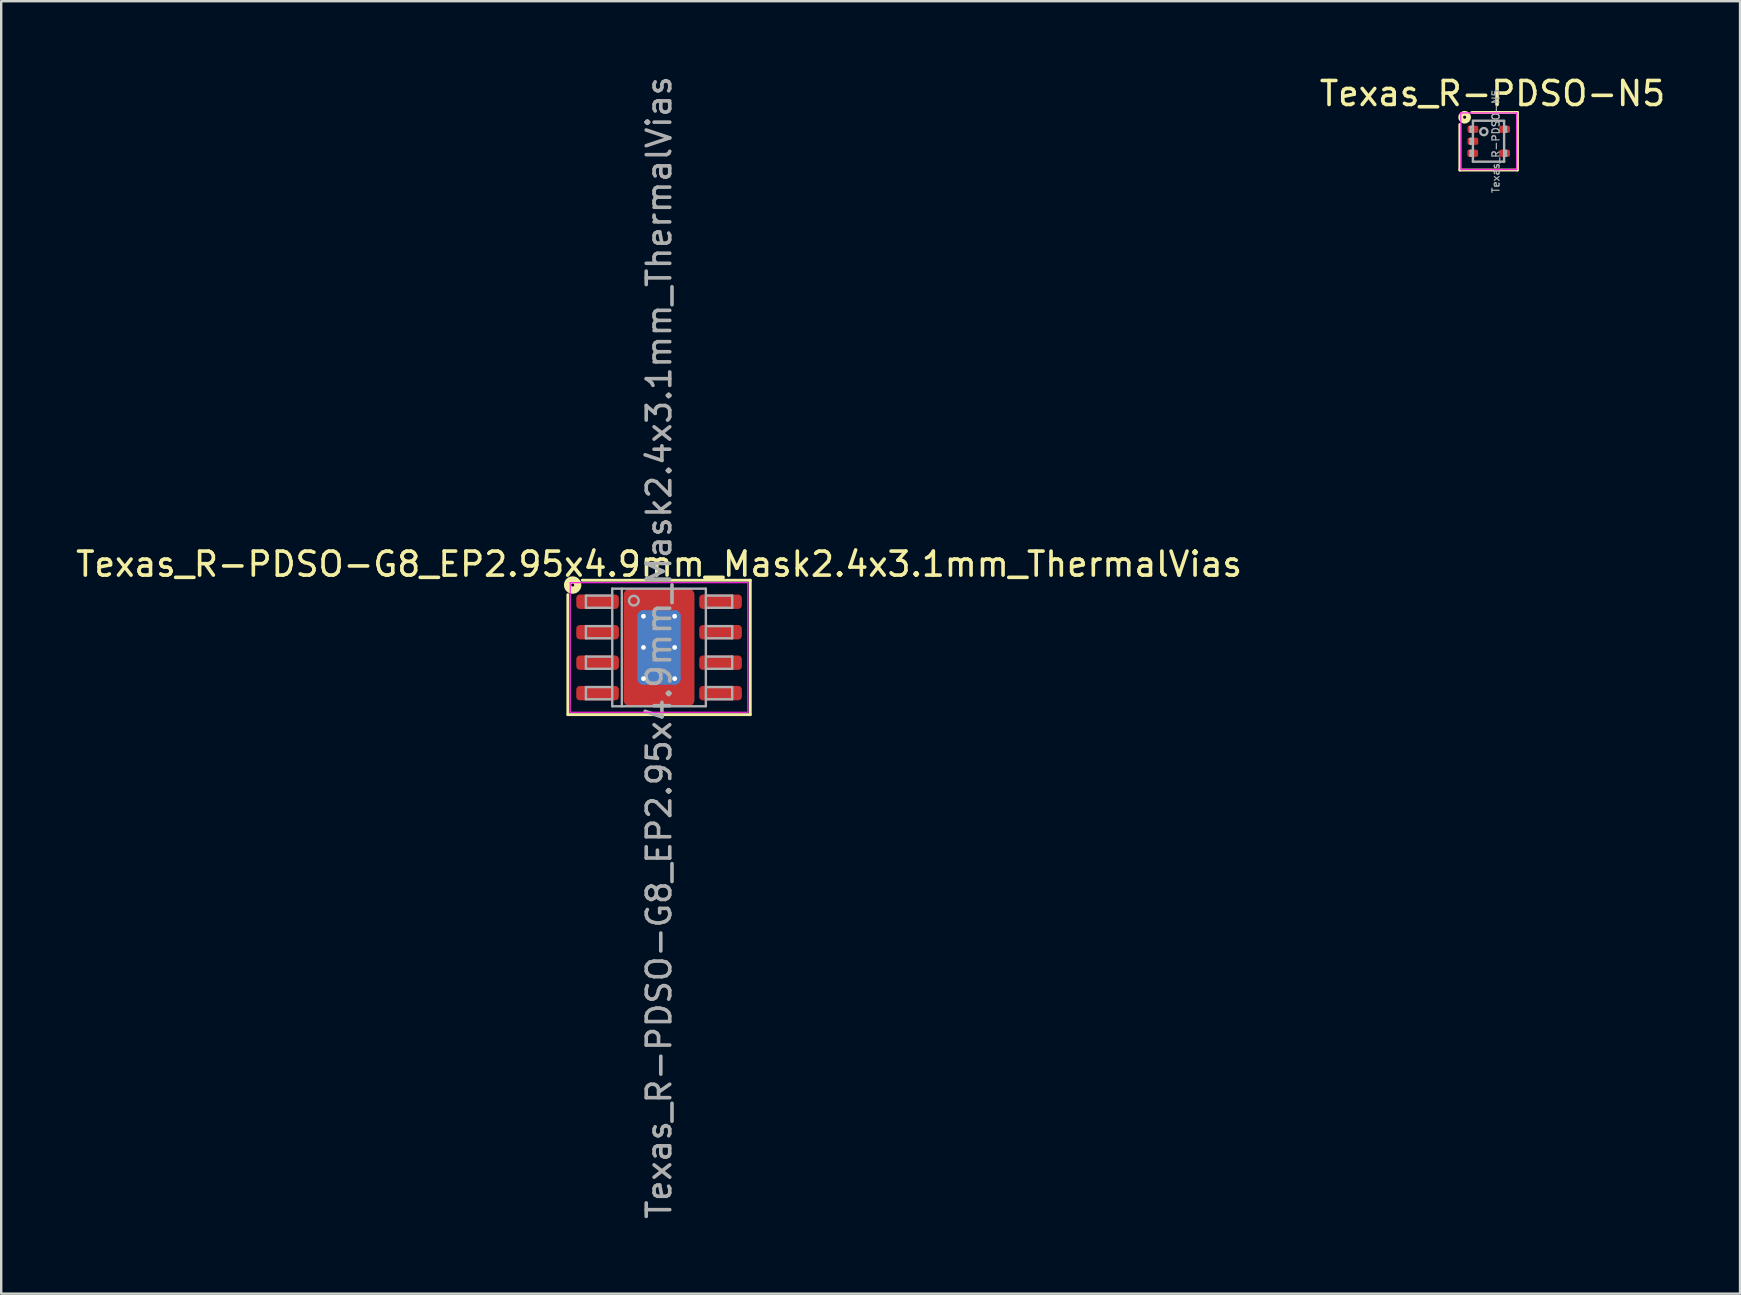
<source format=kicad_pcb>
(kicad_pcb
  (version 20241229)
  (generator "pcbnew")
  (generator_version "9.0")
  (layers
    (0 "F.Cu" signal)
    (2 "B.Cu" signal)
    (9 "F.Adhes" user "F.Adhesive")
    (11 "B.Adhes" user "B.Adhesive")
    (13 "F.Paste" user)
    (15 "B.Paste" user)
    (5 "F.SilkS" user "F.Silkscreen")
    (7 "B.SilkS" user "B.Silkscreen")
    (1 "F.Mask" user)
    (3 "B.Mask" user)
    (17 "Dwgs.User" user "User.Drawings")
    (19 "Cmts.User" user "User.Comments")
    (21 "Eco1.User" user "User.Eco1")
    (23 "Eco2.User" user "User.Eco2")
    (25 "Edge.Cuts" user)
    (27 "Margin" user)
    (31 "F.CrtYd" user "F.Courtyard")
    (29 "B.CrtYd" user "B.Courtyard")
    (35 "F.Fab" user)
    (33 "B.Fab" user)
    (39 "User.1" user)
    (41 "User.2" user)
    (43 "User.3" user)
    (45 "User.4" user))
  (footprint "Texas_R-PDSO-G8_EP2.95x4.9mm_Mask2.4x3.1mm_ThermalVias"
    (layer "F.Cu")
    (at 24.411 23.927)
    (property "Reference" "Texas_R-PDSO-G8_EP2.95x4.9mm_Mask2.4x3.1mm_ThermalVias" (at 0 -3.47 0) (layer "F.SilkS") (effects (font (size 1 1) (thickness 0.15))))
    (attr smd)
    (fp_line (start -3.8 -2.2) (end -3.8 2.8) (stroke (width 0.12) (type solid)) (layer "F.SilkS"))
    (fp_line (start -3.8 2.8) (end 3.8 2.8) (stroke (width 0.12) (type solid)) (layer "F.SilkS"))
    (fp_line (start 3.8 -2.8) (end -3.2 -2.8) (stroke (width 0.12) (type solid)) (layer "F.SilkS"))
    (fp_line (start 3.8 2.8) (end 3.8 -2.8) (stroke (width 0.12) (type solid)) (layer "F.SilkS"))
    (fp_circle (center -3.6 -2.6) (end -3.537 -2.6) (stroke (width 0.3) (type solid)) (fill no) (layer "F.SilkS"))
    (fp_line (start -3.7 -2.7) (end -3.7 2.7) (stroke (width 0.05) (type solid)) (layer "F.CrtYd"))
    (fp_line (start -3.7 2.7) (end 3.7 2.7) (stroke (width 0.05) (type solid)) (layer "F.CrtYd"))
    (fp_line (start 3.7 -2.7) (end -3.7 -2.7) (stroke (width 0.05) (type solid)) (layer "F.CrtYd"))
    (fp_line (start 3.7 2.7) (end 3.7 -2.7) (stroke (width 0.05) (type solid)) (layer "F.CrtYd"))
    (fp_line (start -3.048 -2.159) (end -3.048 -1.651) (stroke (width 0.1) (type solid)) (layer "F.Fab"))
    (fp_line (start -3.048 -2.159) (end -1.968 -2.159) (stroke (width 0.1) (type solid)) (layer "F.Fab"))
    (fp_line (start -3.048 -1.651) (end -1.968 -1.651) (stroke (width 0.1) (type solid)) (layer "F.Fab"))
    (fp_line (start -3.048 -0.889) (end -3.048 -0.381) (stroke (width 0.1) (type solid)) (layer "F.Fab"))
    (fp_line (start -3.048 -0.889) (end -1.968 -0.889) (stroke (width 0.1) (type solid)) (layer "F.Fab"))
    (fp_line (start -3.048 -0.381) (end -1.968 -0.381) (stroke (width 0.1) (type solid)) (layer "F.Fab"))
    (fp_line (start -3.048 0.381) (end -3.048 0.889) (stroke (width 0.1) (type solid)) (layer "F.Fab"))
    (fp_line (start -3.048 0.381) (end -1.968 0.381) (stroke (width 0.1) (type solid)) (layer "F.Fab"))
    (fp_line (start -3.048 0.889) (end -1.968 0.889) (stroke (width 0.1) (type solid)) (layer "F.Fab"))
    (fp_line (start -3.048 1.651) (end -3.048 2.159) (stroke (width 0.1) (type solid)) (layer "F.Fab"))
    (fp_line (start -3.048 1.651) (end -1.968 1.651) (stroke (width 0.1) (type solid)) (layer "F.Fab"))
    (fp_line (start -3.048 2.159) (end -1.968 2.159) (stroke (width 0.1) (type solid)) (layer "F.Fab"))
    (fp_line (start -1.95 -2.45) (end 1.95 -2.45) (stroke (width 0.1) (type solid)) (layer "F.Fab"))
    (fp_line (start -1.95 2.45) (end -1.95 -2.45) (stroke (width 0.1) (type solid)) (layer "F.Fab"))
    (fp_line (start -1.55 -2.45) (end -1.55 2.45) (stroke (width 0.1) (type solid)) (layer "F.Fab"))
    (fp_line (start 1.95 -2.45) (end 1.95 2.45) (stroke (width 0.1) (type solid)) (layer "F.Fab"))
    (fp_line (start 1.95 2.45) (end -1.95 2.45) (stroke (width 0.1) (type solid)) (layer "F.Fab"))
    (fp_line (start 3.048 -2.159) (end 1.968 -2.159) (stroke (width 0.1) (type solid)) (layer "F.Fab"))
    (fp_line (start 3.048 -1.651) (end 1.968 -1.651) (stroke (width 0.1) (type solid)) (layer "F.Fab"))
    (fp_line (start 3.048 -1.651) (end 3.048 -2.159) (stroke (width 0.1) (type solid)) (layer "F.Fab"))
    (fp_line (start 3.048 -0.889) (end 1.968 -0.889) (stroke (width 0.1) (type solid)) (layer "F.Fab"))
    (fp_line (start 3.048 -0.381) (end 1.968 -0.381) (stroke (width 0.1) (type solid)) (layer "F.Fab"))
    (fp_line (start 3.048 -0.381) (end 3.048 -0.889) (stroke (width 0.1) (type solid)) (layer "F.Fab"))
    (fp_line (start 3.048 0.381) (end 1.968 0.381) (stroke (width 0.1) (type solid)) (layer "F.Fab"))
    (fp_line (start 3.048 0.889) (end 1.968 0.889) (stroke (width 0.1) (type solid)) (layer "F.Fab"))
    (fp_line (start 3.048 0.889) (end 3.048 0.381) (stroke (width 0.1) (type solid)) (layer "F.Fab"))
    (fp_line (start 3.048 1.651) (end 1.968 1.651) (stroke (width 0.1) (type solid)) (layer "F.Fab"))
    (fp_line (start 3.048 2.159) (end 1.968 2.159) (stroke (width 0.1) (type solid)) (layer "F.Fab"))
    (fp_line (start 3.048 2.159) (end 3.048 1.651) (stroke (width 0.1) (type solid)) (layer "F.Fab"))
    (fp_circle (center -1.05 -1.95) (end -0.85 -1.95) (stroke (width 0.1) (type solid)) (fill no) (layer "F.Fab"))
    (fp_text user "${REFERENCE}" (at 0 0 90) (layer "F.Fab") (effects (font (size 0.98 0.98) (thickness 0.15))))
    (pad "" smd roundrect (at -0.6 -1.03) (size 1.04 0.89) (layers "F.Paste") (roundrect_rratio 0.25))
    (pad "" smd roundrect (at -0.6 0) (size 1.04 0.89) (layers "F.Paste") (roundrect_rratio 0.25))
    (pad "" smd roundrect (at -0.6 1.03) (size 1.04 0.89) (layers "F.Paste") (roundrect_rratio 0.25))
    (pad "" smd roundrect (at 0 0) (size 2.4 3.1) (layers "F.Mask") (roundrect_rratio 0.104))
    (pad "" smd roundrect (at 0.6 -1.03) (size 1.04 0.89) (layers "F.Paste") (roundrect_rratio 0.25))
    (pad "" smd roundrect (at 0.6 0) (size 1.04 0.89) (layers "F.Paste") (roundrect_rratio 0.25))
    (pad "" smd roundrect (at 0.6 1.03) (size 1.04 0.89) (layers "F.Paste") (roundrect_rratio 0.25))
    (pad "1" smd roundrect (at -2.562 -1.905) (size 1.775 0.6) (layers "F.Cu" "F.Mask" "F.Paste") (roundrect_rratio 0.25))
    (pad "2" smd roundrect (at -2.562 -0.635) (size 1.775 0.6) (layers "F.Cu" "F.Mask" "F.Paste") (roundrect_rratio 0.25))
    (pad "3" smd roundrect (at -2.562 0.635) (size 1.775 0.6) (layers "F.Cu" "F.Mask" "F.Paste") (roundrect_rratio 0.25))
    (pad "4" smd roundrect (at -2.562 1.905) (size 1.775 0.6) (layers "F.Cu" "F.Mask" "F.Paste") (roundrect_rratio 0.25))
    (pad "5" smd roundrect (at 2.562 1.905) (size 1.775 0.6) (layers "F.Cu" "F.Mask" "F.Paste") (roundrect_rratio 0.25))
    (pad "6" smd roundrect (at 2.562 0.635) (size 1.775 0.6) (layers "F.Cu" "F.Mask" "F.Paste") (roundrect_rratio 0.25))
    (pad "7" smd roundrect (at 2.562 -0.635) (size 1.775 0.6) (layers "F.Cu" "F.Mask" "F.Paste") (roundrect_rratio 0.25))
    (pad "8" smd roundrect (at 2.562 -1.905) (size 1.775 0.6) (layers "F.Cu" "F.Mask" "F.Paste") (roundrect_rratio 0.25))
    (pad "9" thru_hole circle (at -0.65 -1.3) (size 0.5 0.5) (drill 0.2) (property pad_prop_heatsink) (layers "*.Cu"))
    (pad "9" thru_hole circle (at -0.65 0) (size 0.5 0.5) (drill 0.2) (property pad_prop_heatsink) (layers "*.Cu"))
    (pad "9" thru_hole circle (at -0.65 1.3) (size 0.5 0.5) (drill 0.2) (property pad_prop_heatsink) (layers "*.Cu"))
    (pad "9" smd roundrect (at 0 0) (size 1.8 3.1) (layers "B.Cu" "B.Mask") (roundrect_rratio 0.139))
    (pad "9" smd roundrect (at 0 0) (size 2.95 4.9) (layers "F.Cu") (roundrect_rratio 0.085))
    (pad "9" thru_hole circle (at 0.65 -1.3) (size 0.5 0.5) (drill 0.2) (property pad_prop_heatsink) (layers "*.Cu"))
    (pad "9" thru_hole circle (at 0.65 0) (size 0.5 0.5) (drill 0.2) (property pad_prop_heatsink) (layers "*.Cu"))
    (pad "9" thru_hole circle (at 0.65 1.3) (size 0.5 0.5) (drill 0.2) (property pad_prop_heatsink) (layers "*.Cu")))
  (footprint "Texas_R-PDSO-N5"
    (layer "F.Cu")
    (at 58.977 2.835)
    (property "Reference" "Texas_R-PDSO-N5" (at 0.16 -1.987 0) (layer "F.SilkS") (effects (font (size 1 1) (thickness 0.15))))
    (attr smd)
    (fp_line (start -1.2 -0.699) (end -1.2 1.2) (stroke (width 0.12) (type solid)) (layer "F.SilkS"))
    (fp_line (start -1.2 1.2) (end 1.2 1.2) (stroke (width 0.12) (type solid)) (layer "F.SilkS"))
    (fp_line (start 1.2 -1.2) (end -0.7 -1.2) (stroke (width 0.12) (type solid)) (layer "F.SilkS"))
    (fp_line (start 1.2 1.2) (end 1.2 -1.2) (stroke (width 0.12) (type solid)) (layer "F.SilkS"))
    (fp_circle (center -1 -1) (end -0.936 -1) (stroke (width 0.2) (type solid)) (fill no) (layer "F.SilkS"))
    (fp_line (start -1.16 -1.18) (end -1.16 1.17) (stroke (width 0.05) (type solid)) (layer "F.CrtYd"))
    (fp_line (start -1.16 -1.18) (end 1.17 -1.18) (stroke (width 0.05) (type solid)) (layer "F.CrtYd"))
    (fp_line (start -1.16 1.18) (end 1.17 1.18) (stroke (width 0.05) (type solid)) (layer "F.CrtYd"))
    (fp_line (start 1.17 -1.18) (end 1.17 1.17) (stroke (width 0.05) (type solid)) (layer "F.CrtYd"))
    (fp_line (start -0.75 -0.6) (end -0.75 -0.4) (stroke (width 0.1) (type solid)) (layer "F.Fab"))
    (fp_line (start -0.75 -0.4) (end -0.675 -0.4) (stroke (width 0.1) (type solid)) (layer "F.Fab"))
    (fp_line (start -0.75 -0.1) (end -0.75 0.1) (stroke (width 0.1) (type solid)) (layer "F.Fab"))
    (fp_line (start -0.75 0.1) (end -0.675 0.1) (stroke (width 0.1) (type solid)) (layer "F.Fab"))
    (fp_line (start -0.75 0.4) (end -0.75 0.6) (stroke (width 0.1) (type solid)) (layer "F.Fab"))
    (fp_line (start -0.75 0.6) (end -0.675 0.6) (stroke (width 0.1) (type solid)) (layer "F.Fab"))
    (fp_line (start -0.675 -0.6) (end -0.75 -0.6) (stroke (width 0.1) (type solid)) (layer "F.Fab"))
    (fp_line (start -0.675 -0.1) (end -0.75 -0.1) (stroke (width 0.1) (type solid)) (layer "F.Fab"))
    (fp_line (start -0.675 0.4) (end -0.75 0.4) (stroke (width 0.1) (type solid)) (layer "F.Fab"))
    (fp_line (start -0.655 -0.85) (end -0.655 0.85) (stroke (width 0.1) (type solid)) (layer "F.Fab"))
    (fp_line (start -0.655 0.85) (end 0.645 0.85) (stroke (width 0.1) (type solid)) (layer "F.Fab"))
    (fp_line (start -0.65 -0.855) (end 0.64 -0.855) (stroke (width 0.1) (type solid)) (layer "F.Fab"))
    (fp_line (start 0.645 0.85) (end 0.645 -0.85) (stroke (width 0.1) (type solid)) (layer "F.Fab"))
    (fp_line (start 0.65 -0.4) (end 0.725 -0.4) (stroke (width 0.1) (type solid)) (layer "F.Fab"))
    (fp_line (start 0.65 0.6) (end 0.725 0.6) (stroke (width 0.1) (type solid)) (layer "F.Fab"))
    (fp_line (start 0.725 -0.6) (end 0.65 -0.6) (stroke (width 0.1) (type solid)) (layer "F.Fab"))
    (fp_line (start 0.725 -0.4) (end 0.725 -0.6) (stroke (width 0.1) (type solid)) (layer "F.Fab"))
    (fp_line (start 0.725 0.4) (end 0.65 0.4) (stroke (width 0.1) (type solid)) (layer "F.Fab"))
    (fp_line (start 0.725 0.6) (end 0.725 0.4) (stroke (width 0.1) (type solid)) (layer "F.Fab"))
    (fp_circle (center -0.2 -0.4) (end -0.05 -0.4) (stroke (width 0.1) (type solid)) (fill no) (layer "F.Fab"))
    (fp_text user "${REFERENCE}" (at 0.3 0 90) (layer "F.Fab") (effects (font (size 0.3 0.3) (thickness 0.05))))
    (pad "1" smd roundrect (at -0.655 -0.5 270) (size 0.3 0.45) (layers "F.Cu" "F.Mask" "F.Paste") (roundrect_rratio 0.25))
    (pad "2" smd roundrect (at -0.655 0 270) (size 0.3 0.45) (layers "F.Cu" "F.Mask" "F.Paste") (roundrect_rratio 0.25))
    (pad "3" smd roundrect (at -0.665 0.5 270) (size 0.3 0.45) (layers "F.Cu" "F.Mask" "F.Paste") (roundrect_rratio 0.25))
    (pad "4" smd roundrect (at 0.665 0.5 270) (size 0.3 0.45) (layers "F.Cu" "F.Mask" "F.Paste") (roundrect_rratio 0.25))
    (pad "5" smd roundrect (at 0.665 -0.5 270) (size 0.3 0.45) (layers "F.Cu" "F.Mask" "F.Paste") (roundrect_rratio 0.25)))
  (gr_rect
    (start -3 -3)
    (end 69.452 50.854)
    (stroke (width 0.1) (type default))
    (fill no)
    (layer "Edge.Cuts")))
</source>
